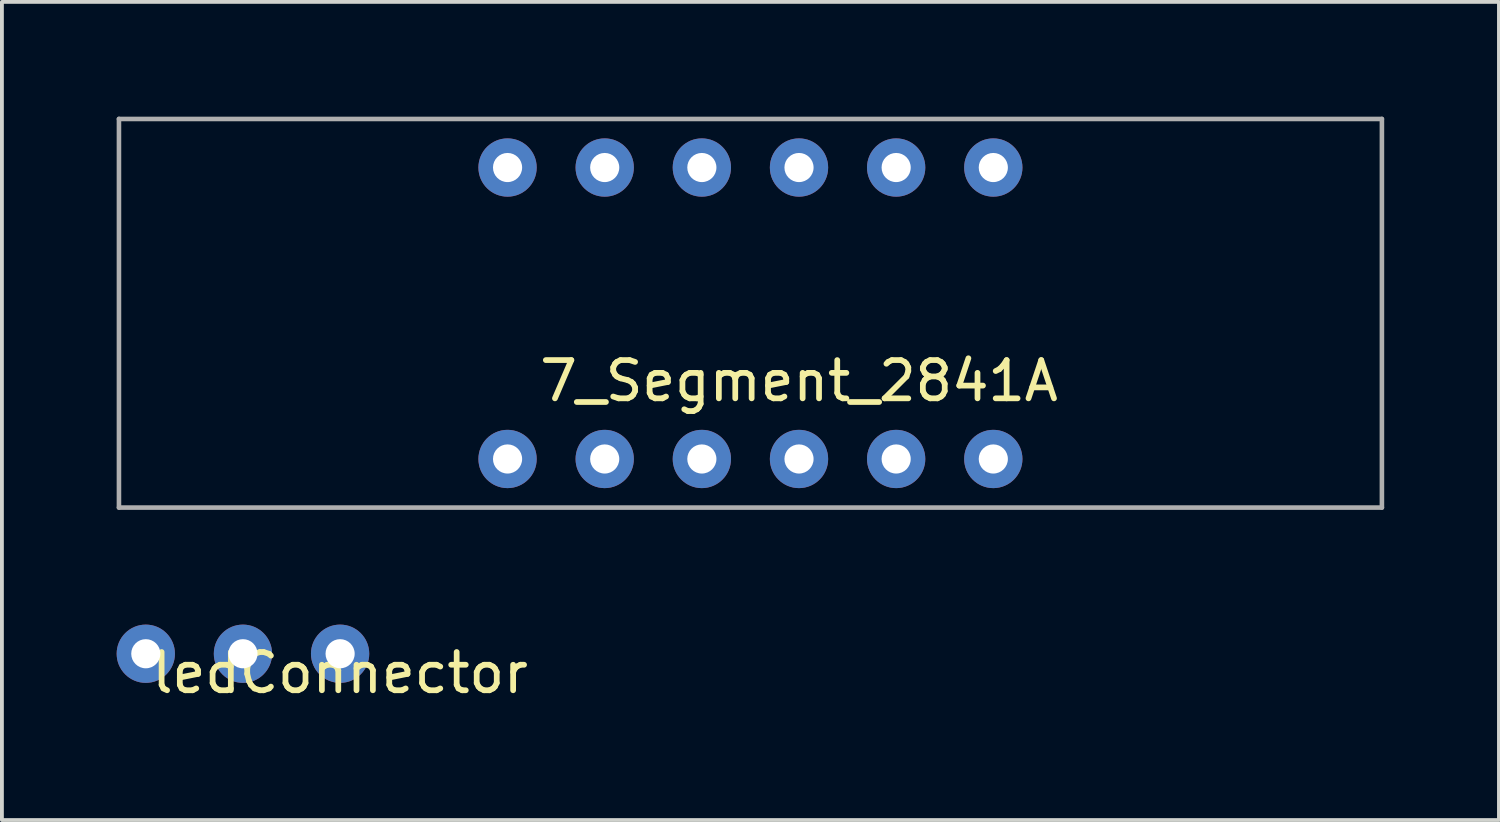
<source format=kicad_pcb>
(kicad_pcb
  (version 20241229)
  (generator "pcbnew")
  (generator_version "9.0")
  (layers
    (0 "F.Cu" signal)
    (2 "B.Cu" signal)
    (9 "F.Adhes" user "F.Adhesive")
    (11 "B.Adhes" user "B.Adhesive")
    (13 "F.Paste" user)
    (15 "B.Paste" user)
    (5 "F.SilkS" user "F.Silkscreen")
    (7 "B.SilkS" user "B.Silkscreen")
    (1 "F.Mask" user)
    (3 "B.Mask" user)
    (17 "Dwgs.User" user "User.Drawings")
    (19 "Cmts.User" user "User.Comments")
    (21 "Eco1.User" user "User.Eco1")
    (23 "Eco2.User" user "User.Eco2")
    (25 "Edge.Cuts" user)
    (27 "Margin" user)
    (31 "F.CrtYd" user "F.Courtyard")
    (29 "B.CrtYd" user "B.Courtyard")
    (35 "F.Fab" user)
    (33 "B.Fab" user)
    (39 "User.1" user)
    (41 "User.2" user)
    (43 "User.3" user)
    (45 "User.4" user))
  (footprint "ledConnector"
    (layer "F.Cu")
    (at 5.842 14.042)
    (property "Reference" "ledConnector" (at 0 0.5 0) (layer "F.SilkS") (effects (font (size 1 1) (thickness 0.15))))
    (attr through_hole)
    (pad "1" thru_hole circle (at -5.08 0) (size 1.524 1.524) (drill 0.762) (layers "*.Cu" "*.Mask"))
    (pad "2" thru_hole circle (at -2.54 0) (size 1.524 1.524) (drill 0.762) (layers "*.Cu" "*.Mask"))
    (pad "3" thru_hole circle (at 0 0) (size 1.524 1.524) (drill 0.762) (layers "*.Cu" "*.Mask")))
  (footprint "7_Segment_2841A"
    (layer "F.Cu")
    (at 17.84 6.41)
    (property "Reference" "7_Segment_2841A" (at 0 0.5 0) (layer "F.SilkS") (effects (font (size 1 1) (thickness 0.15))))
    (attr through_hole)
    (fp_line (start -17.78 -6.35) (end -17.78 3.81) (stroke (width 0.12) (type solid)) (layer "F.Fab"))
    (fp_line (start -17.78 3.81) (end 15.24 3.81) (stroke (width 0.12) (type solid)) (layer "F.Fab"))
    (fp_line (start 15.24 -6.35) (end -17.78 -6.35) (stroke (width 0.12) (type solid)) (layer "F.Fab"))
    (fp_line (start 15.24 3.81) (end 15.24 -6.35) (stroke (width 0.12) (type solid)) (layer "F.Fab"))
    (pad "1" thru_hole circle (at -7.62 2.54) (size 1.524 1.524) (drill 0.762) (layers "*.Cu" "*.Mask"))
    (pad "2" thru_hole circle (at -5.08 2.54) (size 1.524 1.524) (drill 0.762) (layers "*.Cu" "*.Mask"))
    (pad "3" thru_hole circle (at -2.54 2.54) (size 1.524 1.524) (drill 0.762) (layers "*.Cu" "*.Mask"))
    (pad "4" thru_hole circle (at 0 2.54) (size 1.524 1.524) (drill 0.762) (layers "*.Cu" "*.Mask"))
    (pad "5" thru_hole circle (at 2.54 2.54) (size 1.524 1.524) (drill 0.762) (layers "*.Cu" "*.Mask"))
    (pad "6" thru_hole circle (at 5.08 2.54) (size 1.524 1.524) (drill 0.762) (layers "*.Cu" "*.Mask"))
    (pad "7" thru_hole circle (at -7.62 -5.08) (size 1.524 1.524) (drill 0.762) (layers "*.Cu" "*.Mask"))
    (pad "8" thru_hole circle (at -5.08 -5.08) (size 1.524 1.524) (drill 0.762) (layers "*.Cu" "*.Mask"))
    (pad "9" thru_hole circle (at -2.54 -5.08) (size 1.524 1.524) (drill 0.762) (layers "*.Cu" "*.Mask"))
    (pad "10" thru_hole circle (at 0 -5.08) (size 1.524 1.524) (drill 0.762) (layers "*.Cu" "*.Mask"))
    (pad "11" thru_hole circle (at 2.54 -5.08) (size 1.524 1.524) (drill 0.762) (layers "*.Cu" "*.Mask"))
    (pad "12" thru_hole circle (at 5.08 -5.08) (size 1.524 1.524) (drill 0.762) (layers "*.Cu" "*.Mask")))
  (gr_rect
    (start -3 -3)
    (end 36.14 18.39)
    (stroke (width 0.1) (type default))
    (fill no)
    (layer "Edge.Cuts")))
</source>
